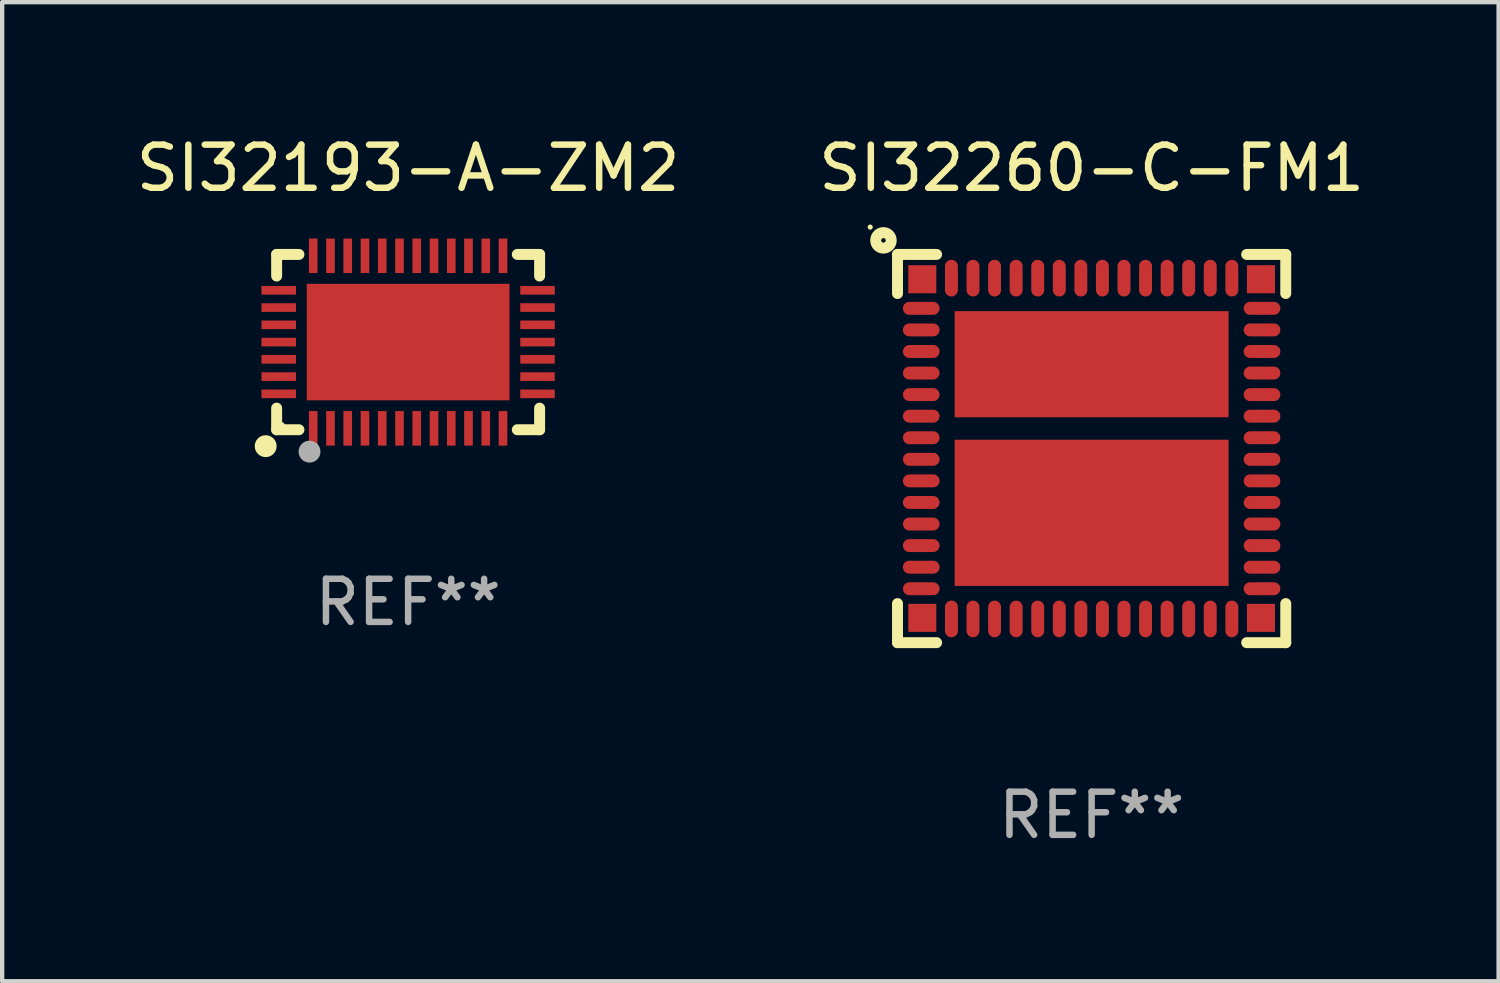
<source format=kicad_pcb>
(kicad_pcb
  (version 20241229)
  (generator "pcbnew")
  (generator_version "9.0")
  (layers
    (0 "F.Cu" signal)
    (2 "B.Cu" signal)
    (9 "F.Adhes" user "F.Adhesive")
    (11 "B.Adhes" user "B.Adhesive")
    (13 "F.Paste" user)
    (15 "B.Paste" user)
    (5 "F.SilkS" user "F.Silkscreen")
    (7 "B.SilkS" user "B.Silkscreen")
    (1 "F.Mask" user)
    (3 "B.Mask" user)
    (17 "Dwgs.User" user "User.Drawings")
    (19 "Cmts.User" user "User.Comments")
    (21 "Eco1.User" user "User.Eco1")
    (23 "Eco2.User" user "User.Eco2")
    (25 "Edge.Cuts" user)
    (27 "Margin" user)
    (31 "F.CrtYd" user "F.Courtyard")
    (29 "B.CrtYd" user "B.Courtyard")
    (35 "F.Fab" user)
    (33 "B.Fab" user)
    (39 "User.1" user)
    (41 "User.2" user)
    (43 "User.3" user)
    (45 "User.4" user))
  (footprint "SI32193-A-ZM2"
    (layer "F.Cu")
    (at 6.411 4.88)
    (property "Reference" "SI32193-A-ZM2" (at 0 -4.032 0) (layer "F.SilkS") (effects (font (size 1 1) (thickness 0.15))))
    (attr through_hole)
    (fp_line (start -3.048 -2.032) (end -3.048 -1.531) (stroke (width 0.254) (type solid)) (layer "F.SilkS"))
    (fp_line (start -3.048 1.531) (end -3.048 2.032) (stroke (width 0.254) (type solid)) (layer "F.SilkS"))
    (fp_line (start -3.048 2.032) (end -2.531 2.032) (stroke (width 0.254) (type solid)) (layer "F.SilkS"))
    (fp_line (start -2.531 -2.032) (end -3.048 -2.032) (stroke (width 0.254) (type solid)) (layer "F.SilkS"))
    (fp_line (start 2.531 2.032) (end 3.048 2.032) (stroke (width 0.254) (type solid)) (layer "F.SilkS"))
    (fp_line (start 3.048 -2.032) (end 2.531 -2.032) (stroke (width 0.254) (type solid)) (layer "F.SilkS"))
    (fp_line (start 3.048 -1.531) (end 3.048 -2.032) (stroke (width 0.254) (type solid)) (layer "F.SilkS"))
    (fp_line (start 3.048 2.032) (end 3.048 1.531) (stroke (width 0.254) (type solid)) (layer "F.SilkS"))
    (fp_circle (center -3.302 2.413) (end -3.175 2.413) (stroke (width 0.254) (type solid)) (fill no) (layer "F.SilkS"))
    (fp_circle (center -2.95 1.95) (end -2.9 1.95) (stroke (width 0.1) (type solid)) (fill no) (layer "F.SilkS"))
    (fp_circle (center -2.286 2.54) (end -2.159 2.54) (stroke (width 0.254) (type solid)) (fill no) (layer "F.Fab"))
    (fp_text user "REF**" (at 0 6.032 0) (layer "F.Fab") (effects (font (size 1 1) (thickness 0.15))))
    (pad "1" smd rect (at -2.2 2 90) (size 0.8 0.2) (layers "F.Cu" "F.Mask" "F.Paste"))
    (pad "2" smd rect (at -1.8 2 90) (size 0.8 0.2) (layers "F.Cu" "F.Mask" "F.Paste"))
    (pad "3" smd rect (at -1.4 2 90) (size 0.8 0.2) (layers "F.Cu" "F.Mask" "F.Paste"))
    (pad "4" smd rect (at -1 2 90) (size 0.8 0.2) (layers "F.Cu" "F.Mask" "F.Paste"))
    (pad "5" smd rect (at -0.6 2 90) (size 0.8 0.2) (layers "F.Cu" "F.Mask" "F.Paste"))
    (pad "6" smd rect (at -0.2 2 90) (size 0.8 0.2) (layers "F.Cu" "F.Mask" "F.Paste"))
    (pad "7" smd rect (at 0.2 2 90) (size 0.8 0.2) (layers "F.Cu" "F.Mask" "F.Paste"))
    (pad "8" smd rect (at 0.6 2 90) (size 0.8 0.2) (layers "F.Cu" "F.Mask" "F.Paste"))
    (pad "9" smd rect (at 1 2 90) (size 0.8 0.2) (layers "F.Cu" "F.Mask" "F.Paste"))
    (pad "10" smd rect (at 1.4 2 90) (size 0.8 0.2) (layers "F.Cu" "F.Mask" "F.Paste"))
    (pad "11" smd rect (at 1.8 2 90) (size 0.8 0.2) (layers "F.Cu" "F.Mask" "F.Paste"))
    (pad "12" smd rect (at 2.2 2 90) (size 0.8 0.2) (layers "F.Cu" "F.Mask" "F.Paste"))
    (pad "13" smd rect (at 3 1.2 180) (size 0.8 0.2) (layers "F.Cu" "F.Mask" "F.Paste"))
    (pad "14" smd rect (at 3 0.8 180) (size 0.8 0.2) (layers "F.Cu" "F.Mask" "F.Paste"))
    (pad "15" smd rect (at 3 0.4 180) (size 0.8 0.2) (layers "F.Cu" "F.Mask" "F.Paste"))
    (pad "16" smd rect (at 3 0.000076 180) (size 0.8 0.2) (layers "F.Cu" "F.Mask" "F.Paste"))
    (pad "17" smd rect (at 3 -0.4 180) (size 0.8 0.2) (layers "F.Cu" "F.Mask" "F.Paste"))
    (pad "18" smd rect (at 3 -0.8 180) (size 0.8 0.2) (layers "F.Cu" "F.Mask" "F.Paste"))
    (pad "19" smd rect (at 3 -1.2 180) (size 0.8 0.2) (layers "F.Cu" "F.Mask" "F.Paste"))
    (pad "20" smd rect (at 2.2 -2 270) (size 0.8 0.2) (layers "F.Cu" "F.Mask" "F.Paste"))
    (pad "21" smd rect (at 1.8 -2 270) (size 0.8 0.2) (layers "F.Cu" "F.Mask" "F.Paste"))
    (pad "22" smd rect (at 1.4 -2 270) (size 0.8 0.2) (layers "F.Cu" "F.Mask" "F.Paste"))
    (pad "23" smd rect (at 1 -2 270) (size 0.8 0.2) (layers "F.Cu" "F.Mask" "F.Paste"))
    (pad "24" smd rect (at 0.6 -2 270) (size 0.8 0.2) (layers "F.Cu" "F.Mask" "F.Paste"))
    (pad "25" smd rect (at 0.2 -2 270) (size 0.8 0.2) (layers "F.Cu" "F.Mask" "F.Paste"))
    (pad "26" smd rect (at -0.2 -2 270) (size 0.8 0.2) (layers "F.Cu" "F.Mask" "F.Paste"))
    (pad "27" smd rect (at -0.6 -2 270) (size 0.8 0.2) (layers "F.Cu" "F.Mask" "F.Paste"))
    (pad "28" smd rect (at -1 -2 270) (size 0.8 0.2) (layers "F.Cu" "F.Mask" "F.Paste"))
    (pad "29" smd rect (at -1.4 -2 270) (size 0.8 0.2) (layers "F.Cu" "F.Mask" "F.Paste"))
    (pad "30" smd rect (at -1.8 -2 270) (size 0.8 0.2) (layers "F.Cu" "F.Mask" "F.Paste"))
    (pad "31" smd rect (at -2.2 -2 270) (size 0.8 0.2) (layers "F.Cu" "F.Mask" "F.Paste"))
    (pad "32" smd rect (at -3 -1.2) (size 0.8 0.2) (layers "F.Cu" "F.Mask" "F.Paste"))
    (pad "33" smd rect (at -3 -0.8) (size 0.8 0.2) (layers "F.Cu" "F.Mask" "F.Paste"))
    (pad "34" smd rect (at -3 -0.4) (size 0.8 0.2) (layers "F.Cu" "F.Mask" "F.Paste"))
    (pad "35" smd rect (at -3 0.000076) (size 0.8 0.2) (layers "F.Cu" "F.Mask" "F.Paste"))
    (pad "36" smd rect (at -3 0.4) (size 0.8 0.2) (layers "F.Cu" "F.Mask" "F.Paste"))
    (pad "37" smd rect (at -3 0.8) (size 0.8 0.2) (layers "F.Cu" "F.Mask" "F.Paste"))
    (pad "38" smd rect (at -3 1.2) (size 0.8 0.2) (layers "F.Cu" "F.Mask" "F.Paste"))
    (pad "39" smd rect (at 0.000127 0.000076) (size 4.7 2.7) (layers "F.Cu" "F.Mask" "F.Paste")))
  (footprint "SI32260-C-FM1"
    (layer "F.Cu")
    (at 22.256 7.348)
    (property "Reference" "SI32260-C-FM1" (at 0 -6.5 0) (layer "F.SilkS") (effects (font (size 1 1) (thickness 0.15))))
    (attr through_hole)
    (fp_line (start -4.5 -4.5) (end -4.5 -3.594) (stroke (width 0.254) (type solid)) (layer "F.SilkS"))
    (fp_line (start -4.5 3.594) (end -4.5 4.5) (stroke (width 0.254) (type solid)) (layer "F.SilkS"))
    (fp_line (start -4.5 4.5) (end -3.594 4.5) (stroke (width 0.254) (type solid)) (layer "F.SilkS"))
    (fp_line (start -3.594 -4.5) (end -4.5 -4.5) (stroke (width 0.254) (type solid)) (layer "F.SilkS"))
    (fp_line (start 3.594 4.5) (end 4.5 4.5) (stroke (width 0.254) (type solid)) (layer "F.SilkS"))
    (fp_line (start 4.5 -4.5) (end 3.594 -4.5) (stroke (width 0.254) (type solid)) (layer "F.SilkS"))
    (fp_line (start 4.5 -3.594) (end 4.5 -4.5) (stroke (width 0.254) (type solid)) (layer "F.SilkS"))
    (fp_line (start 4.5 4.5) (end 4.5 3.594) (stroke (width 0.254) (type solid)) (layer "F.SilkS"))
    (fp_circle (center -5.133 -5.133) (end -5.103 -5.133) (stroke (width 0.06) (type solid)) (fill no) (layer "F.SilkS"))
    (fp_circle (center -4.826 -4.826) (end -4.646 -4.826) (stroke (width 0.254) (type solid)) (fill no) (layer "F.SilkS"))
    (fp_text user "REF**" (at 0 8.5 0) (layer "F.Fab") (effects (font (size 1 1) (thickness 0.15))))
    (pad "1" smd rect (at -3.925 -3.925) (size 0.65 0.65) (layers "F.Cu" "F.Mask" "F.Paste"))
    (pad "2" smd oval (at -3.95 -3.25) (size 0.85 0.3) (layers "F.Cu" "F.Mask" "F.Paste"))
    (pad "3" smd oval (at -3.95 -2.75) (size 0.85 0.3) (layers "F.Cu" "F.Mask" "F.Paste"))
    (pad "4" smd oval (at -3.95 -2.25) (size 0.85 0.3) (layers "F.Cu" "F.Mask" "F.Paste"))
    (pad "5" smd oval (at -3.95 -1.75) (size 0.85 0.3) (layers "F.Cu" "F.Mask" "F.Paste"))
    (pad "6" smd oval (at -3.95 -1.25) (size 0.85 0.3) (layers "F.Cu" "F.Mask" "F.Paste"))
    (pad "7" smd oval (at -3.95 -0.75) (size 0.85 0.3) (layers "F.Cu" "F.Mask" "F.Paste"))
    (pad "8" smd oval (at -3.95 -0.25) (size 0.85 0.3) (layers "F.Cu" "F.Mask" "F.Paste"))
    (pad "9" smd oval (at -3.95 0.25) (size 0.85 0.3) (layers "F.Cu" "F.Mask" "F.Paste"))
    (pad "10" smd oval (at -3.95 0.75) (size 0.85 0.3) (layers "F.Cu" "F.Mask" "F.Paste"))
    (pad "11" smd oval (at -3.95 1.25) (size 0.85 0.3) (layers "F.Cu" "F.Mask" "F.Paste"))
    (pad "12" smd oval (at -3.95 1.75) (size 0.85 0.3) (layers "F.Cu" "F.Mask" "F.Paste"))
    (pad "13" smd oval (at -3.95 2.25) (size 0.85 0.3) (layers "F.Cu" "F.Mask" "F.Paste"))
    (pad "14" smd oval (at -3.95 2.75) (size 0.85 0.3) (layers "F.Cu" "F.Mask" "F.Paste"))
    (pad "15" smd oval (at -3.95 3.25) (size 0.85 0.3) (layers "F.Cu" "F.Mask" "F.Paste"))
    (pad "16" smd rect (at -3.925 3.925) (size 0.65 0.65) (layers "F.Cu" "F.Mask" "F.Paste"))
    (pad "17" smd oval (at -3.25 3.95 90) (size 0.85 0.3) (layers "F.Cu" "F.Mask" "F.Paste"))
    (pad "18" smd oval (at -2.75 3.95 90) (size 0.85 0.3) (layers "F.Cu" "F.Mask" "F.Paste"))
    (pad "19" smd oval (at -2.25 3.95 90) (size 0.85 0.3) (layers "F.Cu" "F.Mask" "F.Paste"))
    (pad "20" smd oval (at -1.75 3.95 90) (size 0.85 0.3) (layers "F.Cu" "F.Mask" "F.Paste"))
    (pad "21" smd oval (at -1.25 3.95 90) (size 0.85 0.3) (layers "F.Cu" "F.Mask" "F.Paste"))
    (pad "22" smd oval (at -0.75 3.95 90) (size 0.85 0.3) (layers "F.Cu" "F.Mask" "F.Paste"))
    (pad "23" smd oval (at -0.25 3.95 90) (size 0.85 0.3) (layers "F.Cu" "F.Mask" "F.Paste"))
    (pad "24" smd oval (at 0.25 3.95 90) (size 0.85 0.3) (layers "F.Cu" "F.Mask" "F.Paste"))
    (pad "25" smd oval (at 0.75 3.95 90) (size 0.85 0.3) (layers "F.Cu" "F.Mask" "F.Paste"))
    (pad "26" smd oval (at 1.25 3.95 90) (size 0.85 0.3) (layers "F.Cu" "F.Mask" "F.Paste"))
    (pad "27" smd oval (at 1.75 3.95 90) (size 0.85 0.3) (layers "F.Cu" "F.Mask" "F.Paste"))
    (pad "28" smd oval (at 2.25 3.95 90) (size 0.85 0.3) (layers "F.Cu" "F.Mask" "F.Paste"))
    (pad "29" smd oval (at 2.75 3.95 90) (size 0.85 0.3) (layers "F.Cu" "F.Mask" "F.Paste"))
    (pad "30" smd oval (at 3.25 3.95 90) (size 0.85 0.3) (layers "F.Cu" "F.Mask" "F.Paste"))
    (pad "31" smd rect (at 3.925 3.925 180) (size 0.65 0.65) (layers "F.Cu" "F.Mask" "F.Paste"))
    (pad "32" smd oval (at 3.95 3.25 180) (size 0.85 0.3) (layers "F.Cu" "F.Mask" "F.Paste"))
    (pad "33" smd oval (at 3.95 2.75 180) (size 0.85 0.3) (layers "F.Cu" "F.Mask" "F.Paste"))
    (pad "34" smd oval (at 3.95 2.25 180) (size 0.85 0.3) (layers "F.Cu" "F.Mask" "F.Paste"))
    (pad "35" smd oval (at 3.95 1.75 180) (size 0.85 0.3) (layers "F.Cu" "F.Mask" "F.Paste"))
    (pad "36" smd oval (at 3.95 1.25 180) (size 0.85 0.3) (layers "F.Cu" "F.Mask" "F.Paste"))
    (pad "37" smd oval (at 3.95 0.75 180) (size 0.85 0.3) (layers "F.Cu" "F.Mask" "F.Paste"))
    (pad "38" smd oval (at 3.95 0.25 180) (size 0.85 0.3) (layers "F.Cu" "F.Mask" "F.Paste"))
    (pad "39" smd oval (at 3.95 -0.25 180) (size 0.85 0.3) (layers "F.Cu" "F.Mask" "F.Paste"))
    (pad "40" smd oval (at 3.95 -0.75 180) (size 0.85 0.3) (layers "F.Cu" "F.Mask" "F.Paste"))
    (pad "41" smd oval (at 3.95 -1.25 180) (size 0.85 0.3) (layers "F.Cu" "F.Mask" "F.Paste"))
    (pad "42" smd oval (at 3.95 -1.75 180) (size 0.85 0.3) (layers "F.Cu" "F.Mask" "F.Paste"))
    (pad "43" smd oval (at 3.95 -2.25 180) (size 0.85 0.3) (layers "F.Cu" "F.Mask" "F.Paste"))
    (pad "44" smd oval (at 3.95 -2.75 180) (size 0.85 0.3) (layers "F.Cu" "F.Mask" "F.Paste"))
    (pad "45" smd oval (at 3.95 -3.25 180) (size 0.85 0.3) (layers "F.Cu" "F.Mask" "F.Paste"))
    (pad "46" smd rect (at 3.925 -3.925 180) (size 0.65 0.65) (layers "F.Cu" "F.Mask" "F.Paste"))
    (pad "47" smd oval (at 3.25 -3.95 270) (size 0.85 0.3) (layers "F.Cu" "F.Mask" "F.Paste"))
    (pad "48" smd oval (at 2.75 -3.95 270) (size 0.85 0.3) (layers "F.Cu" "F.Mask" "F.Paste"))
    (pad "49" smd oval (at 2.25 -3.95 270) (size 0.85 0.3) (layers "F.Cu" "F.Mask" "F.Paste"))
    (pad "50" smd oval (at 1.75 -3.95 270) (size 0.85 0.3) (layers "F.Cu" "F.Mask" "F.Paste"))
    (pad "51" smd oval (at 1.25 -3.95 270) (size 0.85 0.3) (layers "F.Cu" "F.Mask" "F.Paste"))
    (pad "52" smd oval (at 0.75 -3.95 270) (size 0.85 0.3) (layers "F.Cu" "F.Mask" "F.Paste"))
    (pad "53" smd oval (at 0.25 -3.95 270) (size 0.85 0.3) (layers "F.Cu" "F.Mask" "F.Paste"))
    (pad "54" smd oval (at -0.25 -3.95 270) (size 0.85 0.3) (layers "F.Cu" "F.Mask" "F.Paste"))
    (pad "55" smd oval (at -0.75 -3.95 270) (size 0.85 0.3) (layers "F.Cu" "F.Mask" "F.Paste"))
    (pad "56" smd oval (at -1.25 -3.95 270) (size 0.85 0.3) (layers "F.Cu" "F.Mask" "F.Paste"))
    (pad "57" smd oval (at -1.75 -3.95 270) (size 0.85 0.3) (layers "F.Cu" "F.Mask" "F.Paste"))
    (pad "58" smd oval (at -2.25 -3.95 270) (size 0.85 0.3) (layers "F.Cu" "F.Mask" "F.Paste"))
    (pad "59" smd oval (at -2.75 -3.95 270) (size 0.85 0.3) (layers "F.Cu" "F.Mask" "F.Paste"))
    (pad "60" smd oval (at -3.25 -3.95 270) (size 0.85 0.3) (layers "F.Cu" "F.Mask" "F.Paste"))
    (pad "61" smd rect (at -0.000076 -1.955 180) (size 6.35 2.46) (layers "F.Cu" "F.Mask" "F.Paste"))
    (pad "62" smd rect (at -0.000076 1.49 180) (size 6.35 3.39) (layers "F.Cu" "F.Mask" "F.Paste")))
  (gr_rect
    (start -3 -3)
    (end 31.69 19.697)
    (stroke (width 0.1) (type default))
    (fill no)
    (layer "Edge.Cuts")))
</source>
